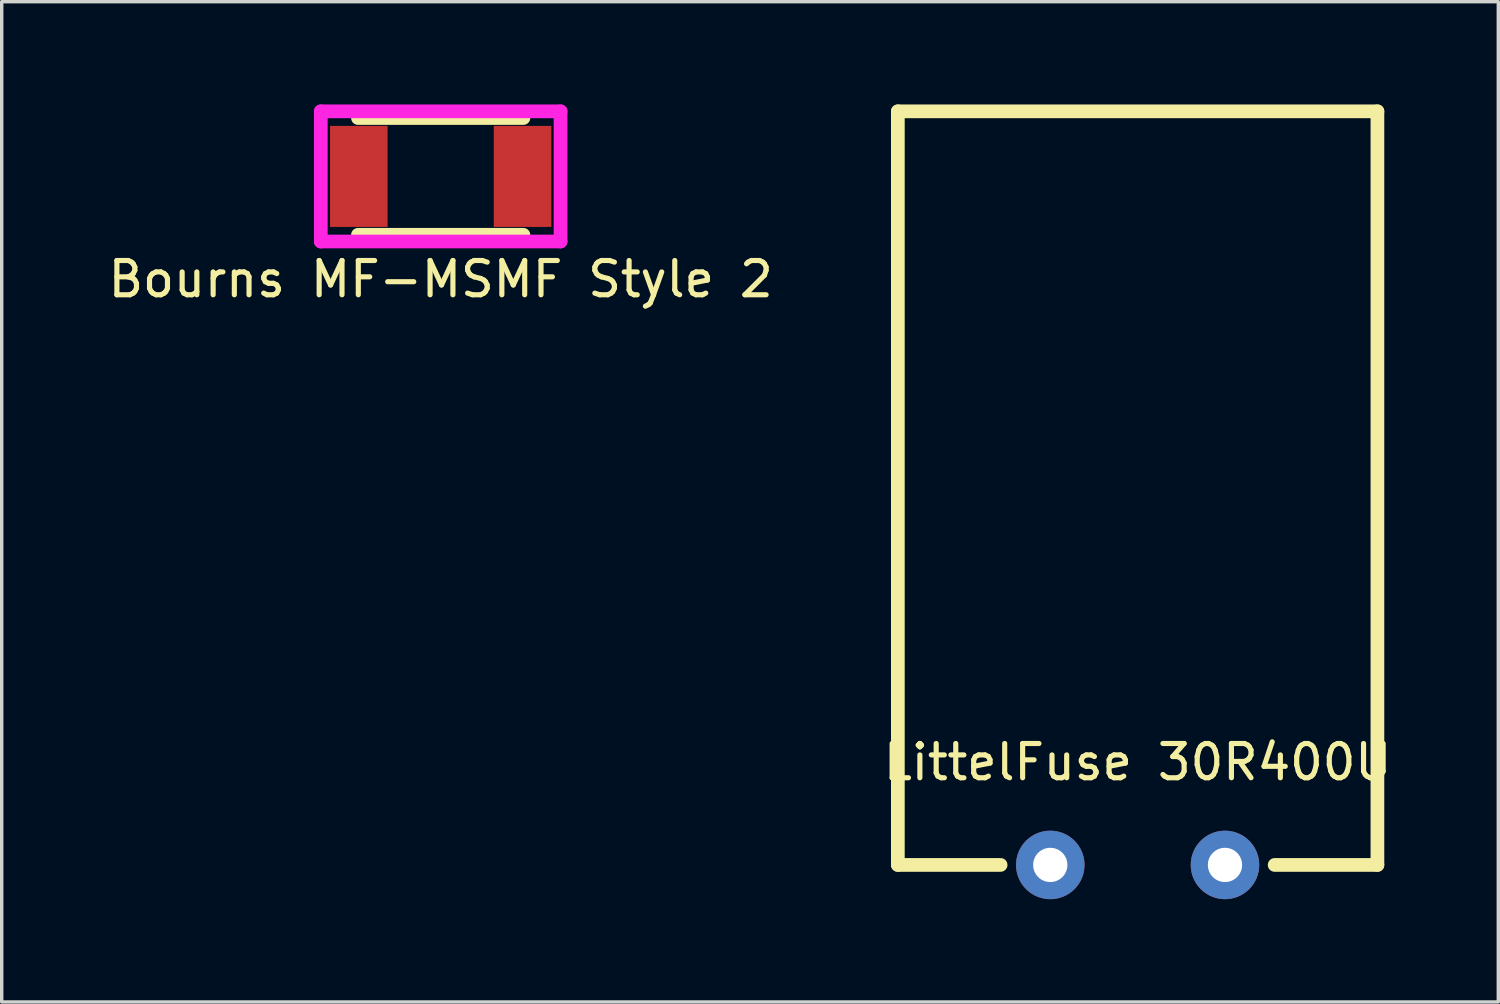
<source format=kicad_pcb>
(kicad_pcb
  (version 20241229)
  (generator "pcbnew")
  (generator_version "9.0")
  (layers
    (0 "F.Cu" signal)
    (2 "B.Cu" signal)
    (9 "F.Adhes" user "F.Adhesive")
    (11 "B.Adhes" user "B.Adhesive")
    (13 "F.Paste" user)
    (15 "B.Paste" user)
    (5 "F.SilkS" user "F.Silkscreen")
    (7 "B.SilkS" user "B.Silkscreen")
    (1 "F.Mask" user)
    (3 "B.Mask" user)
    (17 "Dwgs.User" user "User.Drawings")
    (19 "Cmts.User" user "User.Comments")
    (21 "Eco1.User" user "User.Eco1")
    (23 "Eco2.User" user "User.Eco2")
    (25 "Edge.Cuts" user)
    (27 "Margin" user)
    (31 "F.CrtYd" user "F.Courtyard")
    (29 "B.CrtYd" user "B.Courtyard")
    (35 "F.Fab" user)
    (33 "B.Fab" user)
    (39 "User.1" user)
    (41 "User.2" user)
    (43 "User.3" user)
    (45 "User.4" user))
  (footprint "Bourns MF-MSMF Style 2"
    (layer "F.Cu")
    (at 9.815 2.1)
    (property "Reference" "Bourns MF-MSMF Style 2" (at 0 3 0) (layer "F.SilkS") (effects (font (size 1 1) (thickness 0.15))))
    (attr through_hole)
    (fp_line (start -2.415 -1.705) (end 2.415 -1.705) (stroke (width 0.4) (type solid)) (layer "F.SilkS"))
    (fp_line (start -2.415 1.705) (end 2.415 1.705) (stroke (width 0.4) (type solid)) (layer "F.SilkS"))
    (fp_line (start -3.5 -1.9) (end 3.5 -1.9) (stroke (width 0.4) (type solid)) (layer "F.CrtYd"))
    (fp_line (start -3.5 1.9) (end -3.5 -1.9) (stroke (width 0.4) (type solid)) (layer "F.CrtYd"))
    (fp_line (start 3.5 -1.9) (end 3.5 1.9) (stroke (width 0.4) (type solid)) (layer "F.CrtYd"))
    (fp_line (start 3.5 1.9) (end -3.5 1.9) (stroke (width 0.4) (type solid)) (layer "F.CrtYd"))
    (pad "1" smd rect (at -2.39 0) (size 1.68 2.95) (layers "F.Cu" "F.Mask" "F.Paste"))
    (pad "2" smd rect (at 2.39 0) (size 1.68 2.95) (layers "F.Cu" "F.Mask" "F.Paste")))
  (footprint "LittelFuse 30R400U"
    (layer "F.Cu")
    (at 30.161 22.2)
    (property "Reference" "LittelFuse 30R400U" (at 0 -3 0) (layer "F.SilkS") (effects (font (size 1 1) (thickness 0.15))))
    (attr through_hole)
    (fp_line (start -7 -22) (end -7 0) (stroke (width 0.4) (type solid)) (layer "F.SilkS"))
    (fp_line (start -7 -22) (end 7 -22) (stroke (width 0.4) (type solid)) (layer "F.SilkS"))
    (fp_line (start -7 0) (end -4 0) (stroke (width 0.4) (type solid)) (layer "F.SilkS"))
    (fp_line (start 7 0) (end 4 0) (stroke (width 0.4) (type solid)) (layer "F.SilkS"))
    (fp_line (start 7 0) (end 7 -22) (stroke (width 0.4) (type solid)) (layer "F.SilkS"))
    (pad "1" thru_hole circle (at -2.55 0) (size 2 2) (drill 1) (layers "*.Cu" "*.Mask"))
    (pad "2" thru_hole circle (at 2.55 0) (size 2 2) (drill 1) (layers "*.Cu" "*.Mask")))
  (gr_rect
    (start -3 -3)
    (end 40.69 26.2)
    (stroke (width 0.1) (type default))
    (fill no)
    (layer "Edge.Cuts")))
</source>
